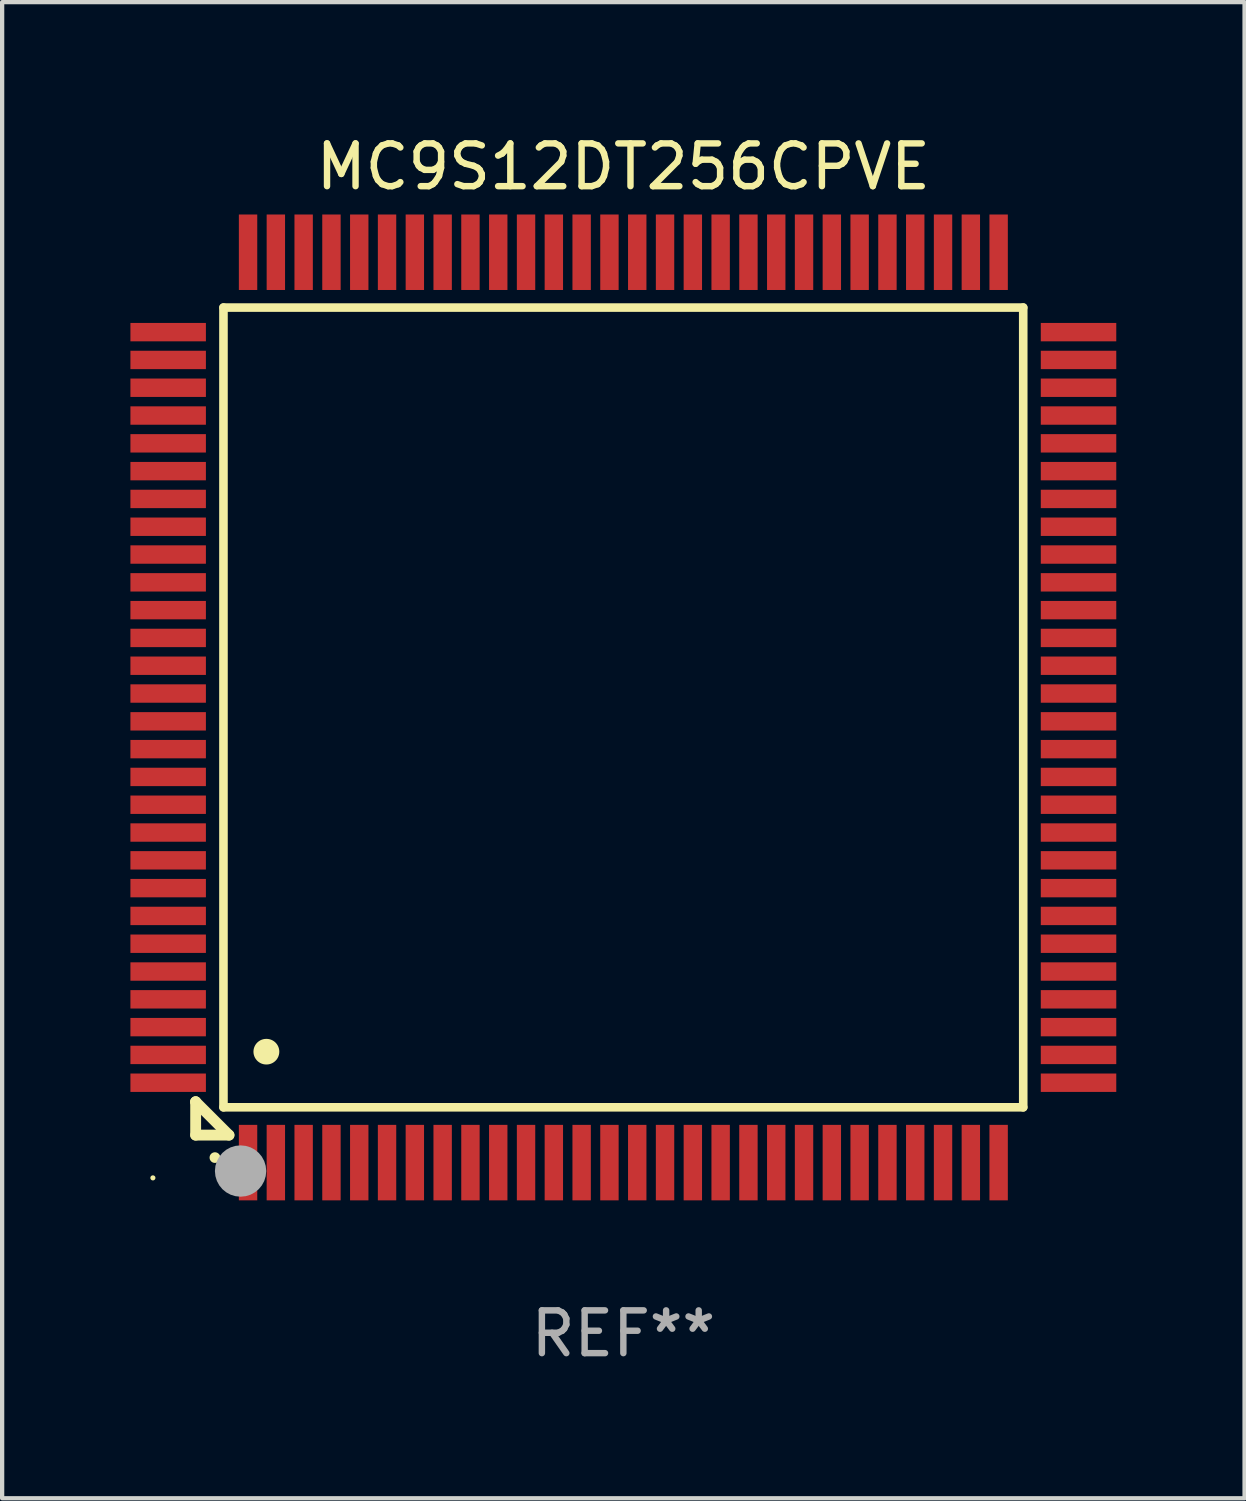
<source format=kicad_pcb>
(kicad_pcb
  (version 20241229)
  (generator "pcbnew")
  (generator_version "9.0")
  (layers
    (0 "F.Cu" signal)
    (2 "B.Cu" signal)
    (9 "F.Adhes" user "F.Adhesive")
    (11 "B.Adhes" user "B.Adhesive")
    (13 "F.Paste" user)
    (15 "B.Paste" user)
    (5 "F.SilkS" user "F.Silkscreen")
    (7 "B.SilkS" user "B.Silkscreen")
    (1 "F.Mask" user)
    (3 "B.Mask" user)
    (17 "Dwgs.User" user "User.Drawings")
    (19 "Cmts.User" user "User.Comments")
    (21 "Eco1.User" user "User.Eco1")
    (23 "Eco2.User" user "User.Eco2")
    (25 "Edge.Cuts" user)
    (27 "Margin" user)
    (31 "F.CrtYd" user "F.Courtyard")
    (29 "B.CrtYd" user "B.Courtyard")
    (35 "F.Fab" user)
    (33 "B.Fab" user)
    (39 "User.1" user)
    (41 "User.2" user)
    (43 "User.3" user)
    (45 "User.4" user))
  (footprint "MC9S12DT256CPVE"
    (layer "F.Cu")
    (at 11.525 13.491)
    (property "Reference" "MC9S12DT256CPVE" (at 0 -12.643 0) (layer "F.SilkS") (effects (font (size 1 1) (thickness 0.15))))
    (attr through_hole)
    (fp_line (start -10 9.221) (end -10 9.221) (stroke (width 0.254) (type solid)) (layer "F.SilkS"))
    (fp_line (start -10 9.221) (end -10 10) (stroke (width 0.254) (type solid)) (layer "F.SilkS"))
    (fp_line (start -10 9.221) (end -9.221 10) (stroke (width 0.254) (type solid)) (layer "F.SilkS"))
    (fp_line (start -10 10) (end -9.221 10) (stroke (width 0.254) (type solid)) (layer "F.SilkS"))
    (fp_line (start -9.35 -9.35) (end -9.35 9.35) (stroke (width 0.201) (type solid)) (layer "F.SilkS"))
    (fp_line (start -9.35 9.35) (end 9.35 9.35) (stroke (width 0.201) (type solid)) (layer "F.SilkS"))
    (fp_line (start 9.35 -9.35) (end -9.35 -9.35) (stroke (width 0.201) (type solid)) (layer "F.SilkS"))
    (fp_line (start 9.35 9.35) (end 9.35 -9.35) (stroke (width 0.201) (type solid)) (layer "F.SilkS"))
    (fp_arc (start -9.550546 10.525832) (mid -9.549276 10.525826) (end -9.548006 10.525832) (stroke (width 0.24892) (type solid)) (layer "F.SilkS"))
    (fp_arc (start -8.349124 8.049327) (mid -8.346584 8.049316) (end -8.344044 8.049327) (stroke (width 0.599441) (type solid)) (layer "F.SilkS"))
    (fp_circle (center -11 11) (end -10.97 11) (stroke (width 0.06) (type solid)) (fill no) (layer "F.SilkS"))
    (fp_circle (center -8.95 10.84) (end -8.65 10.84) (stroke (width 0.6) (type solid)) (fill no) (layer "F.Fab"))
    (fp_text user "REF**" (at 0 14.643 0) (layer "F.Fab") (effects (font (size 1 1) (thickness 0.15))))
    (pad "1" smd rect (at -8.775 10.643) (size 0.43 1.765) (layers "F.Cu" "F.Mask" "F.Paste"))
    (pad "2" smd rect (at -8.125 10.643) (size 0.43 1.765) (layers "F.Cu" "F.Mask" "F.Paste"))
    (pad "3" smd rect (at -7.475 10.643) (size 0.43 1.765) (layers "F.Cu" "F.Mask" "F.Paste"))
    (pad "4" smd rect (at -6.825 10.643) (size 0.43 1.765) (layers "F.Cu" "F.Mask" "F.Paste"))
    (pad "5" smd rect (at -6.175 10.643) (size 0.43 1.765) (layers "F.Cu" "F.Mask" "F.Paste"))
    (pad "6" smd rect (at -5.525 10.643) (size 0.43 1.765) (layers "F.Cu" "F.Mask" "F.Paste"))
    (pad "7" smd rect (at -4.875 10.643) (size 0.43 1.765) (layers "F.Cu" "F.Mask" "F.Paste"))
    (pad "8" smd rect (at -4.225 10.643) (size 0.43 1.765) (layers "F.Cu" "F.Mask" "F.Paste"))
    (pad "9" smd rect (at -3.575 10.643) (size 0.43 1.765) (layers "F.Cu" "F.Mask" "F.Paste"))
    (pad "10" smd rect (at -2.925 10.643) (size 0.43 1.765) (layers "F.Cu" "F.Mask" "F.Paste"))
    (pad "11" smd rect (at -2.275 10.643) (size 0.43 1.765) (layers "F.Cu" "F.Mask" "F.Paste"))
    (pad "12" smd rect (at -1.625 10.643) (size 0.43 1.765) (layers "F.Cu" "F.Mask" "F.Paste"))
    (pad "13" smd rect (at -0.975 10.643) (size 0.43 1.765) (layers "F.Cu" "F.Mask" "F.Paste"))
    (pad "14" smd rect (at -0.325 10.643) (size 0.43 1.765) (layers "F.Cu" "F.Mask" "F.Paste"))
    (pad "15" smd rect (at 0.325 10.643) (size 0.43 1.765) (layers "F.Cu" "F.Mask" "F.Paste"))
    (pad "16" smd rect (at 0.975 10.643) (size 0.43 1.765) (layers "F.Cu" "F.Mask" "F.Paste"))
    (pad "17" smd rect (at 1.625 10.643) (size 0.43 1.765) (layers "F.Cu" "F.Mask" "F.Paste"))
    (pad "18" smd rect (at 2.275 10.643) (size 0.43 1.765) (layers "F.Cu" "F.Mask" "F.Paste"))
    (pad "19" smd rect (at 2.925 10.643) (size 0.43 1.765) (layers "F.Cu" "F.Mask" "F.Paste"))
    (pad "20" smd rect (at 3.575 10.643) (size 0.43 1.765) (layers "F.Cu" "F.Mask" "F.Paste"))
    (pad "21" smd rect (at 4.225 10.643) (size 0.43 1.765) (layers "F.Cu" "F.Mask" "F.Paste"))
    (pad "22" smd rect (at 4.875 10.643) (size 0.43 1.765) (layers "F.Cu" "F.Mask" "F.Paste"))
    (pad "23" smd rect (at 5.525 10.643) (size 0.43 1.765) (layers "F.Cu" "F.Mask" "F.Paste"))
    (pad "24" smd rect (at 6.175 10.643) (size 0.43 1.765) (layers "F.Cu" "F.Mask" "F.Paste"))
    (pad "25" smd rect (at 6.825 10.643) (size 0.43 1.765) (layers "F.Cu" "F.Mask" "F.Paste"))
    (pad "26" smd rect (at 7.475 10.643) (size 0.43 1.765) (layers "F.Cu" "F.Mask" "F.Paste"))
    (pad "27" smd rect (at 8.125 10.643) (size 0.43 1.765) (layers "F.Cu" "F.Mask" "F.Paste"))
    (pad "28" smd rect (at 8.775 10.643) (size 0.43 1.765) (layers "F.Cu" "F.Mask" "F.Paste"))
    (pad "29" smd rect (at 10.643 8.775) (size 1.765 0.43) (layers "F.Cu" "F.Mask" "F.Paste"))
    (pad "30" smd rect (at 10.643 8.125) (size 1.765 0.43) (layers "F.Cu" "F.Mask" "F.Paste"))
    (pad "31" smd rect (at 10.643 7.475) (size 1.765 0.43) (layers "F.Cu" "F.Mask" "F.Paste"))
    (pad "32" smd rect (at 10.643 6.825) (size 1.765 0.43) (layers "F.Cu" "F.Mask" "F.Paste"))
    (pad "33" smd rect (at 10.643 6.175) (size 1.765 0.43) (layers "F.Cu" "F.Mask" "F.Paste"))
    (pad "34" smd rect (at 10.643 5.525) (size 1.765 0.43) (layers "F.Cu" "F.Mask" "F.Paste"))
    (pad "35" smd rect (at 10.643 4.875) (size 1.765 0.43) (layers "F.Cu" "F.Mask" "F.Paste"))
    (pad "36" smd rect (at 10.643 4.225) (size 1.765 0.43) (layers "F.Cu" "F.Mask" "F.Paste"))
    (pad "37" smd rect (at 10.643 3.575) (size 1.765 0.43) (layers "F.Cu" "F.Mask" "F.Paste"))
    (pad "38" smd rect (at 10.643 2.925) (size 1.765 0.43) (layers "F.Cu" "F.Mask" "F.Paste"))
    (pad "39" smd rect (at 10.643 2.275) (size 1.765 0.43) (layers "F.Cu" "F.Mask" "F.Paste"))
    (pad "40" smd rect (at 10.643 1.625) (size 1.765 0.43) (layers "F.Cu" "F.Mask" "F.Paste"))
    (pad "41" smd rect (at 10.643 0.975) (size 1.765 0.43) (layers "F.Cu" "F.Mask" "F.Paste"))
    (pad "42" smd rect (at 10.643 0.325) (size 1.765 0.43) (layers "F.Cu" "F.Mask" "F.Paste"))
    (pad "43" smd rect (at 10.643 -0.325) (size 1.765 0.43) (layers "F.Cu" "F.Mask" "F.Paste"))
    (pad "44" smd rect (at 10.643 -0.975) (size 1.765 0.43) (layers "F.Cu" "F.Mask" "F.Paste"))
    (pad "45" smd rect (at 10.643 -1.625) (size 1.765 0.43) (layers "F.Cu" "F.Mask" "F.Paste"))
    (pad "46" smd rect (at 10.643 -2.275) (size 1.765 0.43) (layers "F.Cu" "F.Mask" "F.Paste"))
    (pad "47" smd rect (at 10.643 -2.925) (size 1.765 0.43) (layers "F.Cu" "F.Mask" "F.Paste"))
    (pad "48" smd rect (at 10.643 -3.575) (size 1.765 0.43) (layers "F.Cu" "F.Mask" "F.Paste"))
    (pad "49" smd rect (at 10.643 -4.225) (size 1.765 0.43) (layers "F.Cu" "F.Mask" "F.Paste"))
    (pad "50" smd rect (at 10.643 -4.875) (size 1.765 0.43) (layers "F.Cu" "F.Mask" "F.Paste"))
    (pad "51" smd rect (at 10.643 -5.525) (size 1.765 0.43) (layers "F.Cu" "F.Mask" "F.Paste"))
    (pad "52" smd rect (at 10.643 -6.175) (size 1.765 0.43) (layers "F.Cu" "F.Mask" "F.Paste"))
    (pad "53" smd rect (at 10.643 -6.825) (size 1.765 0.43) (layers "F.Cu" "F.Mask" "F.Paste"))
    (pad "54" smd rect (at 10.643 -7.475) (size 1.765 0.43) (layers "F.Cu" "F.Mask" "F.Paste"))
    (pad "55" smd rect (at 10.643 -8.125) (size 1.765 0.43) (layers "F.Cu" "F.Mask" "F.Paste"))
    (pad "56" smd rect (at 10.643 -8.775) (size 1.765 0.43) (layers "F.Cu" "F.Mask" "F.Paste"))
    (pad "57" smd rect (at 8.775 -10.643) (size 0.43 1.765) (layers "F.Cu" "F.Mask" "F.Paste"))
    (pad "58" smd rect (at 8.125 -10.643) (size 0.43 1.765) (layers "F.Cu" "F.Mask" "F.Paste"))
    (pad "59" smd rect (at 7.475 -10.643) (size 0.43 1.765) (layers "F.Cu" "F.Mask" "F.Paste"))
    (pad "60" smd rect (at 6.825 -10.643) (size 0.43 1.765) (layers "F.Cu" "F.Mask" "F.Paste"))
    (pad "61" smd rect (at 6.175 -10.643) (size 0.43 1.765) (layers "F.Cu" "F.Mask" "F.Paste"))
    (pad "62" smd rect (at 5.525 -10.643) (size 0.43 1.765) (layers "F.Cu" "F.Mask" "F.Paste"))
    (pad "63" smd rect (at 4.875 -10.643) (size 0.43 1.765) (layers "F.Cu" "F.Mask" "F.Paste"))
    (pad "64" smd rect (at 4.225 -10.643) (size 0.43 1.765) (layers "F.Cu" "F.Mask" "F.Paste"))
    (pad "65" smd rect (at 3.575 -10.643) (size 0.43 1.765) (layers "F.Cu" "F.Mask" "F.Paste"))
    (pad "66" smd rect (at 2.925 -10.643) (size 0.43 1.765) (layers "F.Cu" "F.Mask" "F.Paste"))
    (pad "67" smd rect (at 2.275 -10.643) (size 0.43 1.765) (layers "F.Cu" "F.Mask" "F.Paste"))
    (pad "68" smd rect (at 1.625 -10.643) (size 0.43 1.765) (layers "F.Cu" "F.Mask" "F.Paste"))
    (pad "69" smd rect (at 0.975 -10.643) (size 0.43 1.765) (layers "F.Cu" "F.Mask" "F.Paste"))
    (pad "70" smd rect (at 0.325 -10.643) (size 0.43 1.765) (layers "F.Cu" "F.Mask" "F.Paste"))
    (pad "71" smd rect (at -0.325 -10.643) (size 0.43 1.765) (layers "F.Cu" "F.Mask" "F.Paste"))
    (pad "72" smd rect (at -0.975 -10.643) (size 0.43 1.765) (layers "F.Cu" "F.Mask" "F.Paste"))
    (pad "73" smd rect (at -1.625 -10.643) (size 0.43 1.765) (layers "F.Cu" "F.Mask" "F.Paste"))
    (pad "74" smd rect (at -2.275 -10.643) (size 0.43 1.765) (layers "F.Cu" "F.Mask" "F.Paste"))
    (pad "75" smd rect (at -2.925 -10.643) (size 0.43 1.765) (layers "F.Cu" "F.Mask" "F.Paste"))
    (pad "76" smd rect (at -3.575 -10.643) (size 0.43 1.765) (layers "F.Cu" "F.Mask" "F.Paste"))
    (pad "77" smd rect (at -4.225 -10.643) (size 0.43 1.765) (layers "F.Cu" "F.Mask" "F.Paste"))
    (pad "78" smd rect (at -4.875 -10.643) (size 0.43 1.765) (layers "F.Cu" "F.Mask" "F.Paste"))
    (pad "79" smd rect (at -5.525 -10.643) (size 0.43 1.765) (layers "F.Cu" "F.Mask" "F.Paste"))
    (pad "80" smd rect (at -6.175 -10.643) (size 0.43 1.765) (layers "F.Cu" "F.Mask" "F.Paste"))
    (pad "81" smd rect (at -6.825 -10.643) (size 0.43 1.765) (layers "F.Cu" "F.Mask" "F.Paste"))
    (pad "82" smd rect (at -7.475 -10.643) (size 0.43 1.765) (layers "F.Cu" "F.Mask" "F.Paste"))
    (pad "83" smd rect (at -8.125 -10.643) (size 0.43 1.765) (layers "F.Cu" "F.Mask" "F.Paste"))
    (pad "84" smd rect (at -8.775 -10.643) (size 0.43 1.765) (layers "F.Cu" "F.Mask" "F.Paste"))
    (pad "85" smd rect (at -10.643 -8.775) (size 1.765 0.43) (layers "F.Cu" "F.Mask" "F.Paste"))
    (pad "86" smd rect (at -10.643 -8.125) (size 1.765 0.43) (layers "F.Cu" "F.Mask" "F.Paste"))
    (pad "87" smd rect (at -10.643 -7.475) (size 1.765 0.43) (layers "F.Cu" "F.Mask" "F.Paste"))
    (pad "88" smd rect (at -10.643 -6.825) (size 1.765 0.43) (layers "F.Cu" "F.Mask" "F.Paste"))
    (pad "89" smd rect (at -10.643 -6.175) (size 1.765 0.43) (layers "F.Cu" "F.Mask" "F.Paste"))
    (pad "90" smd rect (at -10.643 -5.525) (size 1.765 0.43) (layers "F.Cu" "F.Mask" "F.Paste"))
    (pad "91" smd rect (at -10.643 -4.875) (size 1.765 0.43) (layers "F.Cu" "F.Mask" "F.Paste"))
    (pad "92" smd rect (at -10.643 -4.225) (size 1.765 0.43) (layers "F.Cu" "F.Mask" "F.Paste"))
    (pad "93" smd rect (at -10.643 -3.575) (size 1.765 0.43) (layers "F.Cu" "F.Mask" "F.Paste"))
    (pad "94" smd rect (at -10.643 -2.925) (size 1.765 0.43) (layers "F.Cu" "F.Mask" "F.Paste"))
    (pad "95" smd rect (at -10.643 -2.275) (size 1.765 0.43) (layers "F.Cu" "F.Mask" "F.Paste"))
    (pad "96" smd rect (at -10.643 -1.625) (size 1.765 0.43) (layers "F.Cu" "F.Mask" "F.Paste"))
    (pad "97" smd rect (at -10.643 -0.975) (size 1.765 0.43) (layers "F.Cu" "F.Mask" "F.Paste"))
    (pad "98" smd rect (at -10.643 -0.325) (size 1.765 0.43) (layers "F.Cu" "F.Mask" "F.Paste"))
    (pad "99" smd rect (at -10.643 0.325) (size 1.765 0.43) (layers "F.Cu" "F.Mask" "F.Paste"))
    (pad "100" smd rect (at -10.643 0.975) (size 1.765 0.43) (layers "F.Cu" "F.Mask" "F.Paste"))
    (pad "101" smd rect (at -10.643 1.625) (size 1.765 0.43) (layers "F.Cu" "F.Mask" "F.Paste"))
    (pad "102" smd rect (at -10.643 2.275) (size 1.765 0.43) (layers "F.Cu" "F.Mask" "F.Paste"))
    (pad "103" smd rect (at -10.643 2.925) (size 1.765 0.43) (layers "F.Cu" "F.Mask" "F.Paste"))
    (pad "104" smd rect (at -10.643 3.575) (size 1.765 0.43) (layers "F.Cu" "F.Mask" "F.Paste"))
    (pad "105" smd rect (at -10.643 4.225) (size 1.765 0.43) (layers "F.Cu" "F.Mask" "F.Paste"))
    (pad "106" smd rect (at -10.643 4.875) (size 1.765 0.43) (layers "F.Cu" "F.Mask" "F.Paste"))
    (pad "107" smd rect (at -10.643 5.525) (size 1.765 0.43) (layers "F.Cu" "F.Mask" "F.Paste"))
    (pad "108" smd rect (at -10.643 6.175) (size 1.765 0.43) (layers "F.Cu" "F.Mask" "F.Paste"))
    (pad "109" smd rect (at -10.643 6.825) (size 1.765 0.43) (layers "F.Cu" "F.Mask" "F.Paste"))
    (pad "110" smd rect (at -10.643 7.475) (size 1.765 0.43) (layers "F.Cu" "F.Mask" "F.Paste"))
    (pad "111" smd rect (at -10.643 8.125) (size 1.765 0.43) (layers "F.Cu" "F.Mask" "F.Paste"))
    (pad "112" smd rect (at -10.643 8.775) (size 1.765 0.43) (layers "F.Cu" "F.Mask" "F.Paste")))
  (gr_rect
    (start -3 -3)
    (end 26.05 31.982)
    (stroke (width 0.1) (type default))
    (fill no)
    (layer "Edge.Cuts")))
</source>
